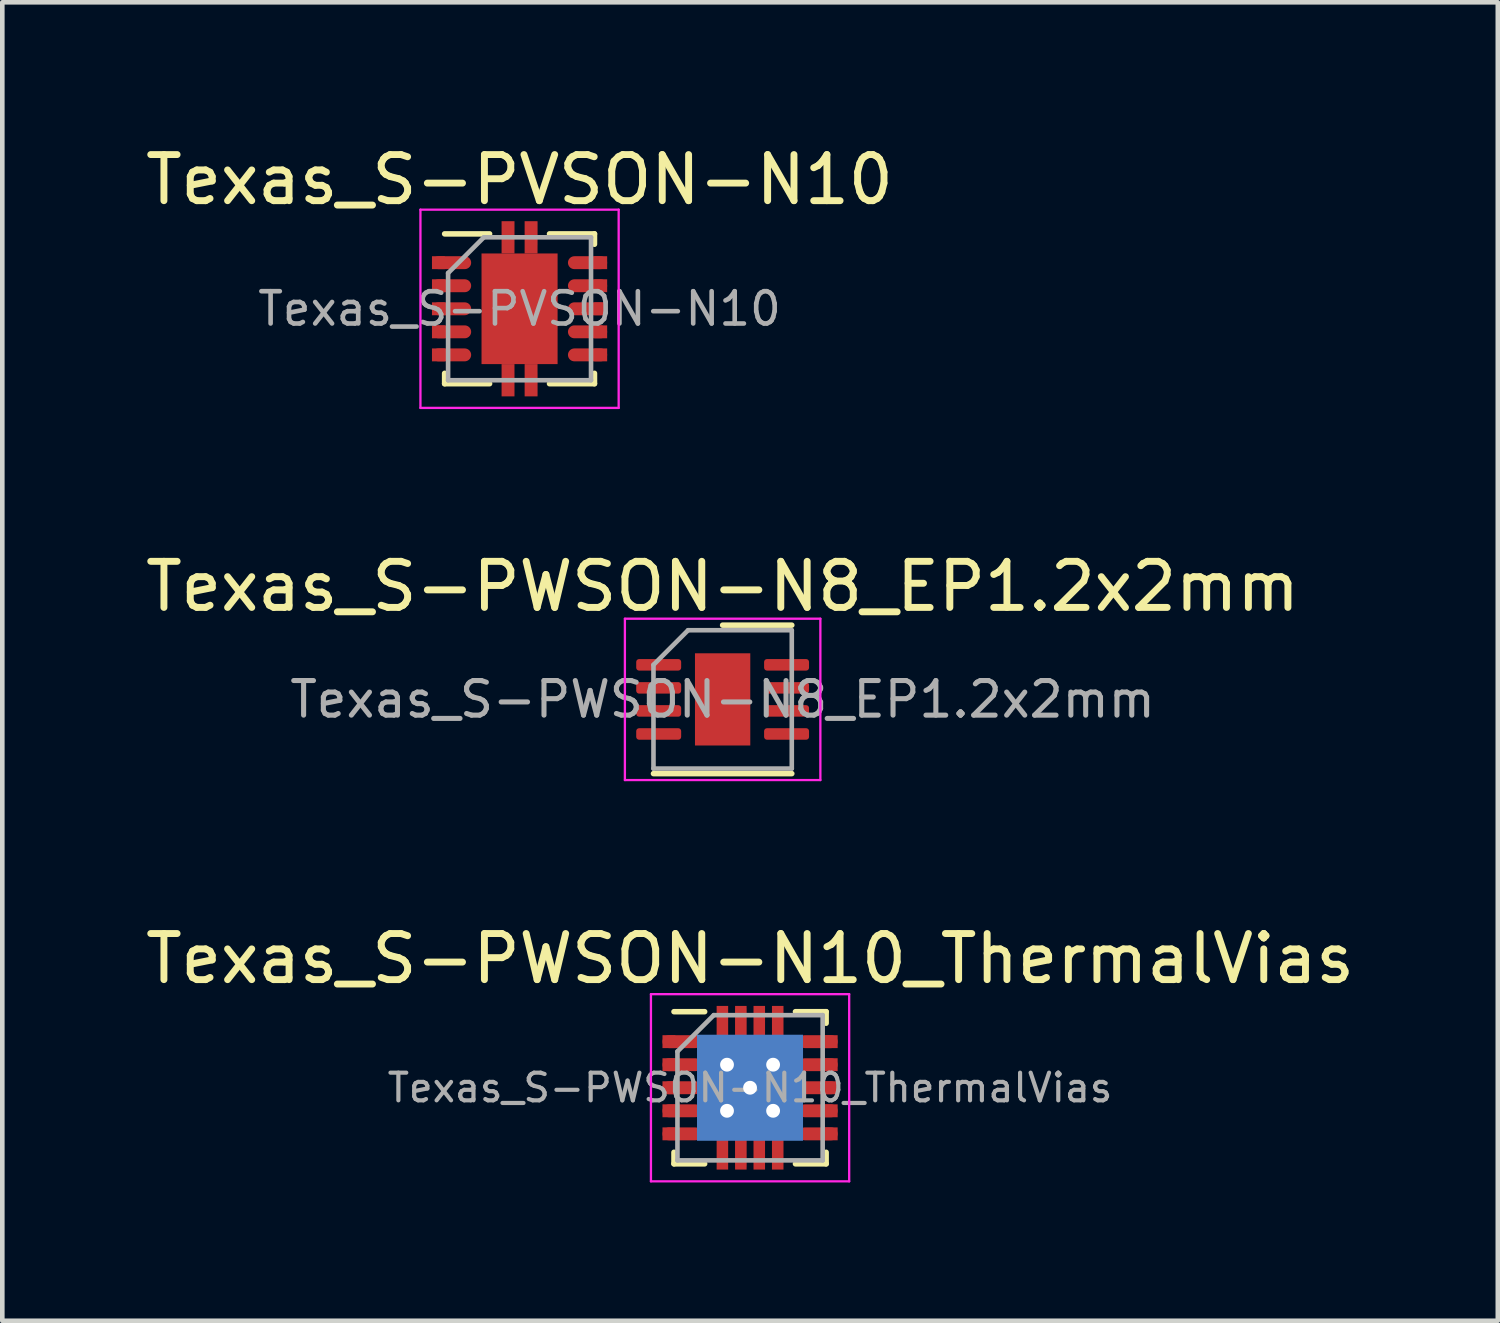
<source format=kicad_pcb>
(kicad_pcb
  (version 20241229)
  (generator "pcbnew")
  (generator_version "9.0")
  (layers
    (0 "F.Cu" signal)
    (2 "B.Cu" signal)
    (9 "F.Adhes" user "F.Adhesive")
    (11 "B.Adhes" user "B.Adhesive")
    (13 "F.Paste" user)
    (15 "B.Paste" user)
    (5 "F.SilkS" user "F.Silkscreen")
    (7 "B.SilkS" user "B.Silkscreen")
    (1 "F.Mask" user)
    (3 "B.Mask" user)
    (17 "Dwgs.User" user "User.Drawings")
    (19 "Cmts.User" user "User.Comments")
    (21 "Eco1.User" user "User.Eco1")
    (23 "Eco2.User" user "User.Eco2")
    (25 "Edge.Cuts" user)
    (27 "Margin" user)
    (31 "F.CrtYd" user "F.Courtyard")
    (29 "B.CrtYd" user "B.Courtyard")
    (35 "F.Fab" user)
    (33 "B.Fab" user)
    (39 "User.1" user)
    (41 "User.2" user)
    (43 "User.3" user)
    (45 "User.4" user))
  (footprint "Texas_S-PVSON-N10"
    (layer "F.Cu")
    (at 8.22 3.648)
    (property "Reference" "Texas_S-PVSON-N10" (at 0 -2.8 0) (layer "F.SilkS") (effects (font (size 1 1) (thickness 0.15))))
    (attr smd)
    (fp_line (start -1.625 -1.625) (end -0.65 -1.625) (stroke (width 0.12) (type solid)) (layer "F.SilkS"))
    (fp_line (start -1.625 1.625) (end -1.625 1.4) (stroke (width 0.12) (type solid)) (layer "F.SilkS"))
    (fp_line (start -1.625 1.625) (end -0.65 1.625) (stroke (width 0.12) (type solid)) (layer "F.SilkS"))
    (fp_line (start 0.65 -1.625) (end 1.625 -1.625) (stroke (width 0.12) (type solid)) (layer "F.SilkS"))
    (fp_line (start 0.65 1.625) (end 1.625 1.625) (stroke (width 0.12) (type solid)) (layer "F.SilkS"))
    (fp_line (start 1.625 -1.4) (end 1.625 -1.625) (stroke (width 0.12) (type solid)) (layer "F.SilkS"))
    (fp_line (start 1.625 1.4) (end 1.625 1.625) (stroke (width 0.12) (type solid)) (layer "F.SilkS"))
    (fp_line (start -2.15 -2.15) (end -2.15 2.15) (stroke (width 0.05) (type solid)) (layer "F.CrtYd"))
    (fp_line (start -2.15 -2.15) (end 2.15 -2.15) (stroke (width 0.05) (type solid)) (layer "F.CrtYd"))
    (fp_line (start -2.15 2.15) (end 2.15 2.15) (stroke (width 0.05) (type solid)) (layer "F.CrtYd"))
    (fp_line (start 2.15 -2.15) (end 2.15 2.15) (stroke (width 0.05) (type solid)) (layer "F.CrtYd"))
    (fp_line (start -1.55 1.55) (end -1.55 -0.775) (stroke (width 0.1) (type solid)) (layer "F.Fab"))
    (fp_line (start -0.775 -1.55) (end -1.55 -0.775) (stroke (width 0.1) (type solid)) (layer "F.Fab"))
    (fp_line (start -0.775 -1.55) (end 1.55 -1.55) (stroke (width 0.1) (type solid)) (layer "F.Fab"))
    (fp_line (start 1.55 -1.55) (end 1.55 1.55) (stroke (width 0.1) (type solid)) (layer "F.Fab"))
    (fp_line (start 1.55 1.55) (end -1.55 1.55) (stroke (width 0.1) (type solid)) (layer "F.Fab"))
    (fp_text user "${REFERENCE}" (at 0 0 0) (layer "F.Fab") (effects (font (size 0.7 0.7) (thickness 0.1))))
    (pad "1" smd rect (at -1.76 -1) (size 0.28 0.28) (layers "F.Cu" "F.Mask" "F.Paste"))
    (pad "1" smd oval (at -1.475 -1) (size 0.85 0.28) (layers "F.Cu" "F.Mask" "F.Paste"))
    (pad "2" smd rect (at -1.76 -0.5) (size 0.28 0.28) (layers "F.Cu" "F.Mask" "F.Paste"))
    (pad "2" smd oval (at -1.475 -0.5) (size 0.85 0.28) (layers "F.Cu" "F.Mask" "F.Paste"))
    (pad "3" smd rect (at -1.76 0) (size 0.28 0.28) (layers "F.Cu" "F.Mask" "F.Paste"))
    (pad "3" smd oval (at -1.475 0) (size 0.85 0.28) (layers "F.Cu" "F.Mask" "F.Paste"))
    (pad "4" smd rect (at -1.76 0.5) (size 0.28 0.28) (layers "F.Cu" "F.Mask" "F.Paste"))
    (pad "4" smd oval (at -1.475 0.5) (size 0.85 0.28) (layers "F.Cu" "F.Mask" "F.Paste"))
    (pad "5" smd rect (at -1.76 1) (size 0.28 0.28) (layers "F.Cu" "F.Mask" "F.Paste"))
    (pad "5" smd oval (at -1.475 1) (size 0.85 0.28) (layers "F.Cu" "F.Mask" "F.Paste"))
    (pad "6" smd oval (at 1.475 1) (size 0.85 0.28) (layers "F.Cu" "F.Mask" "F.Paste"))
    (pad "6" smd rect (at 1.76 1) (size 0.28 0.28) (layers "F.Cu" "F.Mask" "F.Paste"))
    (pad "7" smd oval (at 1.475 0.5) (size 0.85 0.28) (layers "F.Cu" "F.Mask" "F.Paste"))
    (pad "7" smd rect (at 1.76 0.5) (size 0.28 0.28) (layers "F.Cu" "F.Mask" "F.Paste"))
    (pad "8" smd oval (at 1.475 0) (size 0.85 0.28) (layers "F.Cu" "F.Mask" "F.Paste"))
    (pad "8" smd rect (at 1.76 0) (size 0.28 0.28) (layers "F.Cu" "F.Mask" "F.Paste"))
    (pad "9" smd oval (at 1.475 -0.5) (size 0.85 0.28) (layers "F.Cu" "F.Mask" "F.Paste"))
    (pad "9" smd rect (at 1.76 -0.5) (size 0.28 0.28) (layers "F.Cu" "F.Mask" "F.Paste"))
    (pad "10" smd oval (at 1.475 -1) (size 0.85 0.28) (layers "F.Cu" "F.Mask" "F.Paste"))
    (pad "10" smd rect (at 1.76 -1) (size 0.28 0.28) (layers "F.Cu" "F.Mask" "F.Paste"))
    (pad "11" smd rect (at -0.45 -0.635) (size 0.68 1.05) (layers "F.Cu" "F.Mask" "F.Paste"))
    (pad "11" smd rect (at -0.45 0.635) (size 0.68 1.05) (layers "F.Cu" "F.Mask" "F.Paste"))
    (pad "11" smd rect (at -0.25 -1.63) (size 0.26 0.5) (layers "F.Cu" "F.Mask" "F.Paste"))
    (pad "11" smd rect (at -0.25 -1.55) (size 0.28 0.7) (layers "F.Cu" "F.Mask"))
    (pad "11" smd rect (at -0.25 1.55) (size 0.28 0.7) (layers "F.Cu" "F.Mask"))
    (pad "11" smd rect (at -0.25 1.63) (size 0.26 0.5) (layers "F.Cu" "F.Mask" "F.Paste"))
    (pad "11" smd rect (at 0 0) (size 1.65 2.4) (layers "F.Cu" "F.Mask"))
    (pad "11" smd rect (at 0.25 -1.63) (size 0.26 0.5) (layers "F.Cu" "F.Mask" "F.Paste"))
    (pad "11" smd rect (at 0.25 -1.55) (size 0.28 0.7) (layers "F.Cu" "F.Mask"))
    (pad "11" smd rect (at 0.25 1.55) (size 0.28 0.7) (layers "F.Cu" "F.Mask"))
    (pad "11" smd rect (at 0.25 1.63) (size 0.26 0.5) (layers "F.Cu" "F.Mask" "F.Paste"))
    (pad "11" smd rect (at 0.45 -0.635) (size 0.68 1.05) (layers "F.Cu" "F.Mask" "F.Paste"))
    (pad "11" smd rect (at 0.45 0.635) (size 0.68 1.05) (layers "F.Cu" "F.Mask" "F.Paste")))
  (footprint "Texas_S-PWSON-N10_ThermalVias"
    (layer "F.Cu")
    (at 13.22 20.545)
    (property "Reference" "Texas_S-PWSON-N10_ThermalVias" (at 0 -2.8 0) (layer "F.SilkS") (effects (font (size 1 1) (thickness 0.15))))
    (attr smd)
    (fp_line (start -1.65 -1.65) (end -0.985 -1.65) (stroke (width 0.12) (type solid)) (layer "F.SilkS"))
    (fp_line (start -1.65 1.65) (end -1.65 1.4) (stroke (width 0.12) (type solid)) (layer "F.SilkS"))
    (fp_line (start -1.65 1.65) (end -0.985 1.65) (stroke (width 0.12) (type solid)) (layer "F.SilkS"))
    (fp_line (start 0.985 -1.65) (end 1.65 -1.65) (stroke (width 0.12) (type solid)) (layer "F.SilkS"))
    (fp_line (start 0.985 1.65) (end 1.65 1.65) (stroke (width 0.12) (type solid)) (layer "F.SilkS"))
    (fp_line (start 1.65 -1.4) (end 1.65 -1.65) (stroke (width 0.12) (type solid)) (layer "F.SilkS"))
    (fp_line (start 1.65 1.4) (end 1.65 1.65) (stroke (width 0.12) (type solid)) (layer "F.SilkS"))
    (fp_line (start -2.15 -2.03) (end -2.15 2.03) (stroke (width 0.05) (type solid)) (layer "F.CrtYd"))
    (fp_line (start -2.15 -2.03) (end 2.15 -2.03) (stroke (width 0.05) (type solid)) (layer "F.CrtYd"))
    (fp_line (start -2.15 2.03) (end 2.15 2.03) (stroke (width 0.05) (type solid)) (layer "F.CrtYd"))
    (fp_line (start 2.15 -2.03) (end 2.15 2.03) (stroke (width 0.05) (type solid)) (layer "F.CrtYd"))
    (fp_line (start -1.575 1.575) (end -1.575 -0.787) (stroke (width 0.1) (type solid)) (layer "F.Fab"))
    (fp_line (start -0.787 -1.575) (end -1.575 -0.787) (stroke (width 0.1) (type solid)) (layer "F.Fab"))
    (fp_line (start -0.787 -1.575) (end 1.575 -1.575) (stroke (width 0.1) (type solid)) (layer "F.Fab"))
    (fp_line (start 1.575 -1.575) (end 1.575 1.575) (stroke (width 0.1) (type solid)) (layer "F.Fab"))
    (fp_line (start 1.575 1.575) (end -1.575 1.575) (stroke (width 0.1) (type solid)) (layer "F.Fab"))
    (fp_text user "${REFERENCE}" (at 0 0 0) (layer "F.Fab") (effects (font (size 0.6 0.6) (thickness 0.09))))
    (pad "1" smd rect (at -1.76 -1) (size 0.28 0.28) (layers "F.Cu" "F.Mask" "F.Paste"))
    (pad "1" smd oval (at -1.475 -1) (size 0.85 0.28) (layers "F.Cu" "F.Mask" "F.Paste"))
    (pad "2" smd rect (at -1.76 -0.5) (size 0.28 0.28) (layers "F.Cu" "F.Mask" "F.Paste"))
    (pad "2" smd oval (at -1.475 -0.5) (size 0.85 0.28) (layers "F.Cu" "F.Mask" "F.Paste"))
    (pad "3" smd rect (at -1.76 0) (size 0.28 0.28) (layers "F.Cu" "F.Mask" "F.Paste"))
    (pad "3" smd oval (at -1.475 0) (size 0.85 0.28) (layers "F.Cu" "F.Mask" "F.Paste"))
    (pad "4" smd rect (at -1.76 0.5) (size 0.28 0.28) (layers "F.Cu" "F.Mask" "F.Paste"))
    (pad "4" smd oval (at -1.475 0.5) (size 0.85 0.28) (layers "F.Cu" "F.Mask" "F.Paste"))
    (pad "5" smd rect (at -1.76 1) (size 0.28 0.28) (layers "F.Cu" "F.Mask" "F.Paste"))
    (pad "5" smd oval (at -1.475 1) (size 0.85 0.28) (layers "F.Cu" "F.Mask" "F.Paste"))
    (pad "6" smd oval (at 1.475 1) (size 0.85 0.28) (layers "F.Cu" "F.Mask" "F.Paste"))
    (pad "6" smd rect (at 1.76 1) (size 0.28 0.28) (layers "F.Cu" "F.Mask" "F.Paste"))
    (pad "7" smd oval (at 1.475 0.5) (size 0.85 0.28) (layers "F.Cu" "F.Mask" "F.Paste"))
    (pad "7" smd rect (at 1.76 0.5) (size 0.28 0.28) (layers "F.Cu" "F.Mask" "F.Paste"))
    (pad "8" smd oval (at 1.475 0) (size 0.85 0.28) (layers "F.Cu" "F.Mask" "F.Paste"))
    (pad "8" smd rect (at 1.76 0) (size 0.28 0.28) (layers "F.Cu" "F.Mask" "F.Paste"))
    (pad "9" smd oval (at 1.475 -0.5) (size 0.85 0.28) (layers "F.Cu" "F.Mask" "F.Paste"))
    (pad "9" smd rect (at 1.76 -0.5) (size 0.28 0.28) (layers "F.Cu" "F.Mask" "F.Paste"))
    (pad "10" smd oval (at 1.475 -1) (size 0.85 0.28) (layers "F.Cu" "F.Mask" "F.Paste"))
    (pad "10" smd rect (at 1.76 -1) (size 0.28 0.28) (layers "F.Cu" "F.Mask" "F.Paste"))
    (pad "11" smd rect (at -0.6 -1.425) (size 0.23 0.6) (layers "F.Cu" "F.Mask" "F.Paste"))
    (pad "11" smd rect (at -0.6 -1.425) (size 0.25 0.7) (layers "F.Cu" "F.Mask" "F.Paste"))
    (pad "11" smd rect (at -0.6 1.425) (size 0.23 0.6) (layers "F.Cu" "F.Mask" "F.Paste"))
    (pad "11" smd rect (at -0.6 1.425) (size 0.25 0.7) (layers "F.Cu" "F.Mask" "F.Paste"))
    (pad "11" thru_hole circle (at -0.5 -0.5) (size 0.6 0.6) (drill 0.3) (layers "*.Cu" "*.Mask"))
    (pad "11" thru_hole circle (at -0.5 0.5) (size 0.6 0.6) (drill 0.3) (layers "*.Cu" "*.Mask"))
    (pad "11" smd rect (at -0.435 -0.56) (size 0.65 0.9) (layers "F.Cu" "F.Mask" "F.Paste"))
    (pad "11" smd rect (at -0.435 0.56) (size 0.65 0.9) (layers "F.Cu" "F.Mask" "F.Paste"))
    (pad "11" smd rect (at -0.2 -1.425) (size 0.23 0.6) (layers "F.Cu" "F.Mask" "F.Paste"))
    (pad "11" smd rect (at -0.2 -1.425) (size 0.25 0.7) (layers "F.Cu" "F.Mask" "F.Paste"))
    (pad "11" smd rect (at -0.2 1.425) (size 0.23 0.6) (layers "F.Cu" "F.Mask" "F.Paste"))
    (pad "11" smd rect (at -0.2 1.425) (size 0.25 0.7) (layers "F.Cu" "F.Mask" "F.Paste"))
    (pad "11" smd rect (at -0.001 0) (size 2.3 2.3) (layers "B.Cu"))
    (pad "11" thru_hole circle (at 0 0) (size 0.6 0.6) (drill 0.3) (layers "*.Cu" "*.Mask"))
    (pad "11" smd rect (at 0 0) (size 1.7 2.15) (layers "F.Cu" "F.Mask"))
    (pad "11" smd rect (at 0.2 -1.425) (size 0.23 0.6) (layers "F.Cu" "F.Mask" "F.Paste"))
    (pad "11" smd rect (at 0.2 -1.425) (size 0.25 0.7) (layers "F.Cu" "F.Mask" "F.Paste"))
    (pad "11" smd rect (at 0.2 1.425) (size 0.23 0.6) (layers "F.Cu" "F.Mask" "F.Paste"))
    (pad "11" smd rect (at 0.2 1.425) (size 0.25 0.7) (layers "F.Cu" "F.Mask" "F.Paste"))
    (pad "11" smd rect (at 0.435 -0.56) (size 0.65 0.9) (layers "F.Cu" "F.Mask" "F.Paste"))
    (pad "11" smd rect (at 0.435 0.56) (size 0.65 0.9) (layers "F.Cu" "F.Mask" "F.Paste"))
    (pad "11" thru_hole circle (at 0.5 -0.5) (size 0.6 0.6) (drill 0.3) (layers "*.Cu" "*.Mask"))
    (pad "11" thru_hole circle (at 0.5 0.5) (size 0.6 0.6) (drill 0.3) (layers "*.Cu" "*.Mask"))
    (pad "11" smd rect (at 0.6 -1.425) (size 0.23 0.6) (layers "F.Cu" "F.Mask" "F.Paste"))
    (pad "11" smd rect (at 0.6 -1.425) (size 0.25 0.7) (layers "F.Cu" "F.Mask" "F.Paste"))
    (pad "11" smd rect (at 0.6 1.425) (size 0.23 0.6) (layers "F.Cu" "F.Mask" "F.Paste"))
    (pad "11" smd rect (at 0.6 1.425) (size 0.25 0.7) (layers "F.Cu" "F.Mask" "F.Paste")))
  (footprint "Texas_S-PWSON-N8_EP1.2x2mm"
    (layer "F.Cu")
    (at 12.625 12.121)
    (property "Reference" "Texas_S-PWSON-N8_EP1.2x2mm" (at 0 -2.45 0) (layer "F.SilkS") (effects (font (size 1 1) (thickness 0.15))))
    (attr smd)
    (fp_line (start -1.5 1.61) (end 1.5 1.61) (stroke (width 0.12) (type solid)) (layer "F.SilkS"))
    (fp_line (start 0 -1.61) (end 1.5 -1.61) (stroke (width 0.12) (type solid)) (layer "F.SilkS"))
    (fp_line (start -2.12 -1.75) (end -2.12 1.75) (stroke (width 0.05) (type solid)) (layer "F.CrtYd"))
    (fp_line (start -2.12 1.75) (end 2.12 1.75) (stroke (width 0.05) (type solid)) (layer "F.CrtYd"))
    (fp_line (start 2.12 -1.75) (end -2.12 -1.75) (stroke (width 0.05) (type solid)) (layer "F.CrtYd"))
    (fp_line (start 2.12 1.75) (end 2.12 -1.75) (stroke (width 0.05) (type solid)) (layer "F.CrtYd"))
    (fp_line (start -1.5 -0.75) (end -0.75 -1.5) (stroke (width 0.1) (type solid)) (layer "F.Fab"))
    (fp_line (start -1.5 1.5) (end -1.5 -0.75) (stroke (width 0.1) (type solid)) (layer "F.Fab"))
    (fp_line (start -0.75 -1.5) (end 1.5 -1.5) (stroke (width 0.1) (type solid)) (layer "F.Fab"))
    (fp_line (start 1.5 -1.5) (end 1.5 1.5) (stroke (width 0.1) (type solid)) (layer "F.Fab"))
    (fp_line (start 1.5 1.5) (end -1.5 1.5) (stroke (width 0.1) (type solid)) (layer "F.Fab"))
    (fp_text user "${REFERENCE}" (at 0 0 0) (layer "F.Fab") (effects (font (size 0.75 0.75) (thickness 0.11))))
    (pad "" smd roundrect (at 0 -0.5) (size 0.97 0.81) (layers "F.Paste") (roundrect_rratio 0.25))
    (pad "" smd roundrect (at 0 0.5) (size 0.97 0.81) (layers "F.Paste") (roundrect_rratio 0.25))
    (pad "1" smd roundrect (at -1.387 -0.75) (size 0.975 0.25) (layers "F.Cu" "F.Mask" "F.Paste") (roundrect_rratio 0.25))
    (pad "2" smd roundrect (at -1.387 -0.25) (size 0.975 0.25) (layers "F.Cu" "F.Mask" "F.Paste") (roundrect_rratio 0.25))
    (pad "3" smd roundrect (at -1.387 0.25) (size 0.975 0.25) (layers "F.Cu" "F.Mask" "F.Paste") (roundrect_rratio 0.25))
    (pad "4" smd roundrect (at -1.387 0.75) (size 0.975 0.25) (layers "F.Cu" "F.Mask" "F.Paste") (roundrect_rratio 0.25))
    (pad "5" smd roundrect (at 1.387 0.75) (size 0.975 0.25) (layers "F.Cu" "F.Mask" "F.Paste") (roundrect_rratio 0.25))
    (pad "6" smd roundrect (at 1.387 0.25) (size 0.975 0.25) (layers "F.Cu" "F.Mask" "F.Paste") (roundrect_rratio 0.25))
    (pad "7" smd roundrect (at 1.387 -0.25) (size 0.975 0.25) (layers "F.Cu" "F.Mask" "F.Paste") (roundrect_rratio 0.25))
    (pad "8" smd roundrect (at 1.387 -0.75) (size 0.975 0.25) (layers "F.Cu" "F.Mask" "F.Paste") (roundrect_rratio 0.25))
    (pad "9" smd rect (at 0 0) (size 1.2 2) (layers "F.Cu" "F.Mask")))
  (gr_rect
    (start -3 -3)
    (end 29.44 25.6)
    (stroke (width 0.1) (type default))
    (fill no)
    (layer "Edge.Cuts")))
</source>
